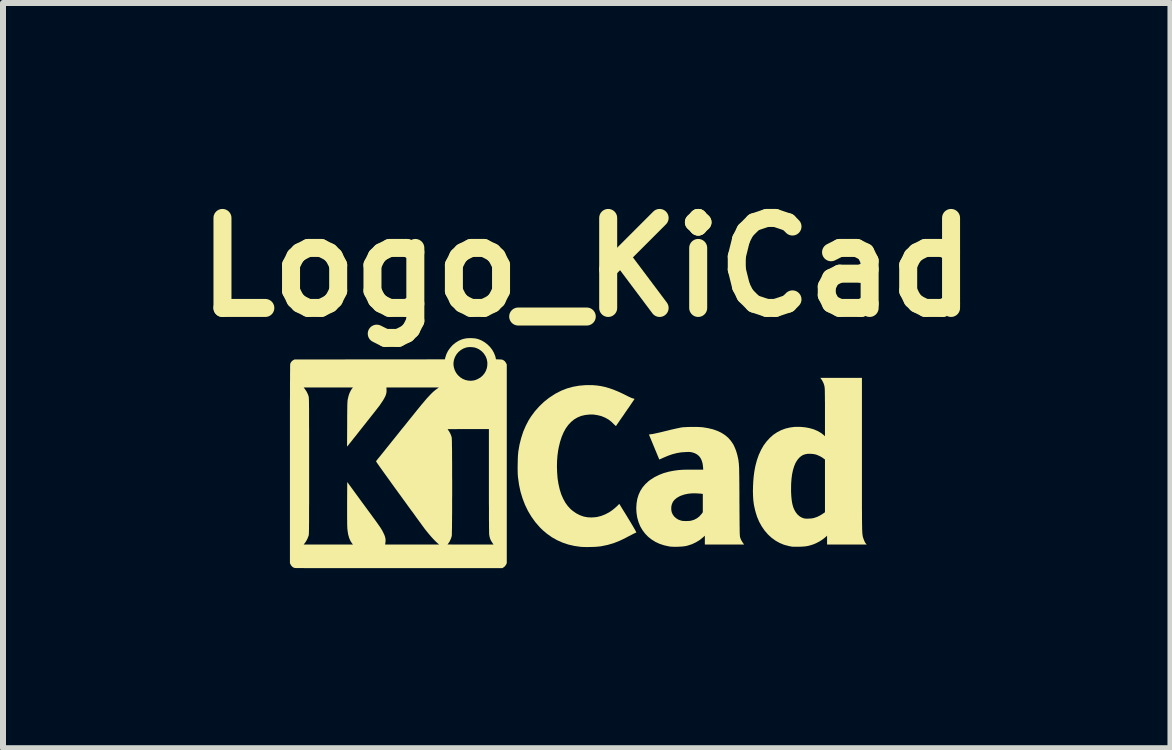
<source format=kicad_pcb>
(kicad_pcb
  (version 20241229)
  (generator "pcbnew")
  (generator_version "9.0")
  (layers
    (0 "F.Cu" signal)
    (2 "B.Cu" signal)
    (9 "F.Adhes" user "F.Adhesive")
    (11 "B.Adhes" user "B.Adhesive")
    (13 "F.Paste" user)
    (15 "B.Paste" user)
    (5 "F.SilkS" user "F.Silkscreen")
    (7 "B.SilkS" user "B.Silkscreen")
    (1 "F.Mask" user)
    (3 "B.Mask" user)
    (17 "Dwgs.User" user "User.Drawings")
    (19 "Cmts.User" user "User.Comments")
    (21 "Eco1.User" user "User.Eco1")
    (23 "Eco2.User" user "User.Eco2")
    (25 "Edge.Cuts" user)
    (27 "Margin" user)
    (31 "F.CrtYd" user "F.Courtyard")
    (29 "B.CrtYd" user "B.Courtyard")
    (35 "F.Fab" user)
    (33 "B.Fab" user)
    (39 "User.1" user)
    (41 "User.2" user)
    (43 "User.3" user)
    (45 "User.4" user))
  (footprint "Logo_KiCad"
    (layer "F.Cu")
    (at 6.729 4.404)
    (property "Reference" "Logo_KiCad" (at 0 -3 0) (layer "F.SilkS") (effects (font (size 1.5 1.5) (thickness 0.3))))
    (attr board_only exclude_from_pos_files exclude_from_bom)
    (fp_poly (pts (xy 4.586 0.121) (xy 4.586 0.255) (xy 4.586 0.38) (xy 4.586 0.497) (xy 4.586 0.604) (xy 4.586 0.703) (xy 4.586 0.794) (xy 4.586 0.878) (xy 4.586 0.954) (xy 4.586 1.023) (xy 4.587 1.086) (xy 4.587 1.143) (xy 4.587 1.194) (xy 4.588 1.239) (xy 4.588 1.279) (xy 4.589 1.315) (xy 4.589 1.346) (xy 4.59 1.373) (xy 4.591 1.397) (xy 4.592 1.417) (xy 4.593 1.435) (xy 4.595 1.45) (xy 4.596 1.462) (xy 4.598 1.473) (xy 4.599 1.483) (xy 4.601 1.491) (xy 4.603 1.498) (xy 4.605 1.505) (xy 4.608 1.513) (xy 4.61 1.52) (xy 4.613 1.528) (xy 4.613 1.528) (xy 4.627 1.564) (xy 4.641 1.591) (xy 4.656 1.61) (xy 4.666 1.621) (xy 4.335 1.621) (xy 4.005 1.621) (xy 4.005 1.548) (xy 4.005 1.474) (xy 3.978 1.499) (xy 3.931 1.536) (xy 3.877 1.571) (xy 3.818 1.601) (xy 3.769 1.621) (xy 3.73 1.633) (xy 3.694 1.643) (xy 3.657 1.65) (xy 3.618 1.654) (xy 3.574 1.657) (xy 3.538 1.658) (xy 3.508 1.658) (xy 3.48 1.658) (xy 3.456 1.658) (xy 3.438 1.658) (xy 3.428 1.657) (xy 3.416 1.656) (xy 3.397 1.652) (xy 3.375 1.648) (xy 3.363 1.645) (xy 3.287 1.625) (xy 3.215 1.595) (xy 3.147 1.557) (xy 3.082 1.51) (xy 3.023 1.456) (xy 2.966 1.391) (xy 2.916 1.319) (xy 2.873 1.241) (xy 2.837 1.156) (xy 2.809 1.064) (xy 2.787 0.966) (xy 2.783 0.94) (xy 2.775 0.876) (xy 2.771 0.805) (xy 2.769 0.728) (xy 2.77 0.705) (xy 3.405 0.705) (xy 3.405 0.742) (xy 3.409 0.818) (xy 3.416 0.885) (xy 3.426 0.944) (xy 3.44 0.995) (xy 3.458 1.04) (xy 3.48 1.079) (xy 3.506 1.113) (xy 3.516 1.124) (xy 3.547 1.151) (xy 3.579 1.17) (xy 3.615 1.184) (xy 3.621 1.185) (xy 3.643 1.189) (xy 3.672 1.19) (xy 3.705 1.189) (xy 3.737 1.187) (xy 3.768 1.183) (xy 3.792 1.177) (xy 3.843 1.159) (xy 3.895 1.133) (xy 3.934 1.108) (xy 3.97 1.083) (xy 3.97 0.644) (xy 3.97 0.205) (xy 3.945 0.186) (xy 3.921 0.169) (xy 3.891 0.152) (xy 3.859 0.137) (xy 3.827 0.124) (xy 3.812 0.12) (xy 3.794 0.116) (xy 3.77 0.112) (xy 3.744 0.11) (xy 3.731 0.109) (xy 3.682 0.109) (xy 3.639 0.117) (xy 3.6 0.131) (xy 3.565 0.154) (xy 3.538 0.178) (xy 3.507 0.216) (xy 3.479 0.262) (xy 3.456 0.317) (xy 3.437 0.38) (xy 3.422 0.45) (xy 3.412 0.528) (xy 3.406 0.613) (xy 3.405 0.705) (xy 2.77 0.705) (xy 2.771 0.649) (xy 2.775 0.568) (xy 2.782 0.488) (xy 2.792 0.41) (xy 2.805 0.338) (xy 2.811 0.309) (xy 2.836 0.214) (xy 2.867 0.126) (xy 2.905 0.044) (xy 2.947 -0.03) (xy 2.996 -0.096) (xy 3.05 -0.155) (xy 3.108 -0.207) (xy 3.172 -0.25) (xy 3.24 -0.285) (xy 3.313 -0.312) (xy 3.39 -0.33) (xy 3.471 -0.34) (xy 3.555 -0.34) (xy 3.636 -0.333) (xy 3.712 -0.319) (xy 3.782 -0.299) (xy 3.846 -0.272) (xy 3.903 -0.239) (xy 3.952 -0.201) (xy 3.97 -0.184) (xy 3.97 -0.562) (xy 3.97 -0.624) (xy 3.97 -0.683) (xy 3.97 -0.74) (xy 3.969 -0.792) (xy 3.969 -0.841) (xy 3.968 -0.884) (xy 3.968 -0.92) (xy 3.967 -0.95) (xy 3.966 -0.972) (xy 3.966 -0.984) (xy 3.966 -0.985) (xy 3.959 -1.028) (xy 3.947 -1.065) (xy 3.929 -1.102) (xy 3.917 -1.122) (xy 3.893 -1.157) (xy 4.24 -1.157) (xy 4.586 -1.157)) (stroke (width 0) (type solid)) (fill yes) (layer "F.SilkS"))
    (fp_poly (pts (xy 0.102 -1.035) (xy 0.171 -1.029) (xy 0.239 -1.019) (xy 0.307 -1.004) (xy 0.377 -0.984) (xy 0.448 -0.959) (xy 0.523 -0.928) (xy 0.603 -0.891) (xy 0.66 -0.863) (xy 0.695 -0.845) (xy 0.726 -0.831) (xy 0.75 -0.82) (xy 0.768 -0.814) (xy 0.774 -0.813) (xy 0.788 -0.81) (xy 0.794 -0.806) (xy 0.794 -0.803) (xy 0.791 -0.797) (xy 0.783 -0.785) (xy 0.77 -0.766) (xy 0.753 -0.741) (xy 0.733 -0.711) (xy 0.71 -0.677) (xy 0.684 -0.64) (xy 0.656 -0.6) (xy 0.641 -0.578) (xy 0.613 -0.536) (xy 0.586 -0.498) (xy 0.561 -0.462) (xy 0.539 -0.43) (xy 0.521 -0.403) (xy 0.505 -0.381) (xy 0.495 -0.365) (xy 0.489 -0.356) (xy 0.487 -0.355) (xy 0.483 -0.356) (xy 0.474 -0.363) (xy 0.46 -0.376) (xy 0.451 -0.385) (xy 0.41 -0.425) (xy 0.367 -0.459) (xy 0.318 -0.487) (xy 0.305 -0.494) (xy 0.244 -0.519) (xy 0.179 -0.535) (xy 0.112 -0.545) (xy 0.043 -0.545) (xy -0.024 -0.538) (xy -0.089 -0.523) (xy -0.093 -0.522) (xy -0.154 -0.497) (xy -0.21 -0.464) (xy -0.261 -0.422) (xy -0.308 -0.372) (xy -0.35 -0.314) (xy -0.386 -0.248) (xy -0.418 -0.173) (xy -0.445 -0.09) (xy -0.467 0.001) (xy -0.476 0.05) (xy -0.488 0.136) (xy -0.495 0.227) (xy -0.497 0.322) (xy -0.494 0.416) (xy -0.487 0.508) (xy -0.486 0.522) (xy -0.471 0.615) (xy -0.451 0.702) (xy -0.426 0.783) (xy -0.394 0.856) (xy -0.358 0.922) (xy -0.316 0.98) (xy -0.269 1.031) (xy -0.233 1.061) (xy -0.174 1.102) (xy -0.113 1.133) (xy -0.051 1.155) (xy 0.013 1.167) (xy 0.08 1.17) (xy 0.15 1.165) (xy 0.181 1.16) (xy 0.245 1.143) (xy 0.31 1.117) (xy 0.373 1.084) (xy 0.402 1.065) (xy 0.42 1.052) (xy 0.441 1.036) (xy 0.463 1.018) (xy 0.484 1) (xy 0.504 0.982) (xy 0.519 0.967) (xy 0.53 0.956) (xy 0.533 0.952) (xy 0.538 0.945) (xy 0.543 0.946) (xy 0.544 0.948) (xy 0.548 0.953) (xy 0.556 0.966) (xy 0.568 0.986) (xy 0.584 1.012) (xy 0.603 1.043) (xy 0.625 1.078) (xy 0.649 1.117) (xy 0.675 1.159) (xy 0.691 1.186) (xy 0.724 1.24) (xy 0.752 1.287) (xy 0.776 1.327) (xy 0.795 1.361) (xy 0.81 1.387) (xy 0.82 1.406) (xy 0.826 1.417) (xy 0.826 1.42) (xy 0.817 1.424) (xy 0.8 1.432) (xy 0.779 1.442) (xy 0.754 1.455) (xy 0.727 1.469) (xy 0.7 1.483) (xy 0.674 1.496) (xy 0.655 1.507) (xy 0.554 1.556) (xy 0.452 1.597) (xy 0.347 1.628) (xy 0.239 1.65) (xy 0.215 1.653) (xy 0.187 1.656) (xy 0.151 1.659) (xy 0.111 1.661) (xy 0.068 1.662) (xy 0.024 1.663) (xy -0.017 1.663) (xy -0.055 1.662) (xy -0.086 1.661) (xy -0.098 1.66) (xy -0.204 1.645) (xy -0.305 1.622) (xy -0.401 1.59) (xy -0.492 1.55) (xy -0.579 1.501) (xy -0.66 1.444) (xy -0.737 1.379) (xy -0.786 1.33) (xy -0.858 1.247) (xy -0.922 1.158) (xy -0.979 1.063) (xy -1.028 0.962) (xy -1.069 0.856) (xy -1.103 0.745) (xy -1.128 0.629) (xy -1.145 0.508) (xy -1.148 0.48) (xy -1.15 0.45) (xy -1.151 0.413) (xy -1.152 0.371) (xy -1.152 0.325) (xy -1.151 0.277) (xy -1.15 0.229) (xy -1.149 0.183) (xy -1.147 0.141) (xy -1.144 0.105) (xy -1.141 0.077) (xy -1.141 0.073) (xy -1.121 -0.043) (xy -1.093 -0.154) (xy -1.059 -0.259) (xy -1.017 -0.357) (xy -0.969 -0.449) (xy -0.93 -0.511) (xy -0.865 -0.599) (xy -0.792 -0.681) (xy -0.713 -0.757) (xy -0.627 -0.825) (xy -0.535 -0.885) (xy -0.508 -0.901) (xy -0.42 -0.945) (xy -0.327 -0.981) (xy -0.23 -1.008) (xy -0.129 -1.026) (xy -0.025 -1.035) (xy 0.029 -1.036)) (stroke (width 0) (type solid)) (fill yes) (layer "F.SilkS"))
    (fp_poly (pts (xy 1.833 -0.339) (xy 1.875 -0.337) (xy 1.911 -0.335) (xy 1.934 -0.333) (xy 2.024 -0.318) (xy 2.106 -0.298) (xy 2.18 -0.272) (xy 2.246 -0.24) (xy 2.305 -0.202) (xy 2.357 -0.158) (xy 2.402 -0.107) (xy 2.44 -0.051) (xy 2.454 -0.024) (xy 2.469 0.01) (xy 2.485 0.05) (xy 2.499 0.093) (xy 2.511 0.136) (xy 2.517 0.164) (xy 2.521 0.181) (xy 2.524 0.197) (xy 2.527 0.212) (xy 2.529 0.227) (xy 2.531 0.243) (xy 2.533 0.259) (xy 2.535 0.277) (xy 2.536 0.298) (xy 2.538 0.321) (xy 2.539 0.347) (xy 2.54 0.378) (xy 2.54 0.413) (xy 2.541 0.453) (xy 2.542 0.499) (xy 2.542 0.552) (xy 2.543 0.612) (xy 2.543 0.679) (xy 2.544 0.754) (xy 2.544 0.839) (xy 2.544 0.891) (xy 2.545 0.98) (xy 2.545 1.06) (xy 2.546 1.131) (xy 2.546 1.194) (xy 2.547 1.249) (xy 2.547 1.297) (xy 2.548 1.338) (xy 2.548 1.373) (xy 2.549 1.403) (xy 2.549 1.427) (xy 2.55 1.447) (xy 2.551 1.463) (xy 2.552 1.475) (xy 2.553 1.485) (xy 2.554 1.492) (xy 2.555 1.496) (xy 2.555 1.497) (xy 2.565 1.527) (xy 2.577 1.553) (xy 2.592 1.577) (xy 2.6 1.59) (xy 2.622 1.621) (xy 2.295 1.621) (xy 1.968 1.621) (xy 1.968 1.548) (xy 1.968 1.474) (xy 1.938 1.501) (xy 1.883 1.546) (xy 1.82 1.584) (xy 1.752 1.616) (xy 1.678 1.64) (xy 1.648 1.647) (xy 1.62 1.651) (xy 1.585 1.655) (xy 1.545 1.657) (xy 1.503 1.659) (xy 1.461 1.659) (xy 1.423 1.658) (xy 1.389 1.655) (xy 1.375 1.653) (xy 1.292 1.635) (xy 1.215 1.61) (xy 1.144 1.577) (xy 1.08 1.537) (xy 1.022 1.491) (xy 0.971 1.438) (xy 0.927 1.379) (xy 0.89 1.315) (xy 0.862 1.245) (xy 0.841 1.171) (xy 0.829 1.091) (xy 0.826 1.037) (xy 1.408 1.037) (xy 1.408 1.037) (xy 1.415 1.08) (xy 1.432 1.119) (xy 1.456 1.153) (xy 1.488 1.182) (xy 1.526 1.206) (xy 1.571 1.222) (xy 1.574 1.223) (xy 1.595 1.227) (xy 1.623 1.229) (xy 1.655 1.23) (xy 1.687 1.229) (xy 1.718 1.227) (xy 1.741 1.223) (xy 1.79 1.208) (xy 1.836 1.184) (xy 1.876 1.153) (xy 1.911 1.114) (xy 1.913 1.112) (xy 1.934 1.083) (xy 1.934 0.93) (xy 1.934 0.778) (xy 1.913 0.775) (xy 1.9 0.773) (xy 1.881 0.772) (xy 1.856 0.77) (xy 1.83 0.769) (xy 1.826 0.768) (xy 1.753 0.768) (xy 1.687 0.775) (xy 1.625 0.788) (xy 1.567 0.808) (xy 1.545 0.818) (xy 1.5 0.844) (xy 1.464 0.874) (xy 1.437 0.908) (xy 1.419 0.947) (xy 1.409 0.989) (xy 1.408 1.037) (xy 0.826 1.037) (xy 0.825 1.016) (xy 0.83 0.936) (xy 0.842 0.862) (xy 0.863 0.793) (xy 0.892 0.729) (xy 0.93 0.669) (xy 0.976 0.615) (xy 1.03 0.565) (xy 1.062 0.541) (xy 1.131 0.497) (xy 1.204 0.461) (xy 1.281 0.431) (xy 1.364 0.408) (xy 1.423 0.396) (xy 1.456 0.39) (xy 1.486 0.386) (xy 1.514 0.382) (xy 1.543 0.379) (xy 1.573 0.377) (xy 1.606 0.375) (xy 1.644 0.374) (xy 1.688 0.374) (xy 1.739 0.374) (xy 1.761 0.374) (xy 1.941 0.374) (xy 1.938 0.33) (xy 1.931 0.273) (xy 1.917 0.224) (xy 1.898 0.183) (xy 1.872 0.148) (xy 1.84 0.121) (xy 1.802 0.1) (xy 1.763 0.087) (xy 1.745 0.083) (xy 1.73 0.08) (xy 1.714 0.079) (xy 1.695 0.078) (xy 1.67 0.079) (xy 1.646 0.08) (xy 1.573 0.085) (xy 1.502 0.097) (xy 1.431 0.115) (xy 1.358 0.14) (xy 1.282 0.172) (xy 1.258 0.183) (xy 1.238 0.192) (xy 1.222 0.199) (xy 1.212 0.203) (xy 1.209 0.204) (xy 1.207 0.2) (xy 1.202 0.187) (xy 1.193 0.167) (xy 1.182 0.14) (xy 1.169 0.109) (xy 1.154 0.072) (xy 1.137 0.032) (xy 1.122 -0.005) (xy 1.036 -0.212) (xy 1.075 -0.218) (xy 1.096 -0.221) (xy 1.119 -0.225) (xy 1.145 -0.231) (xy 1.174 -0.237) (xy 1.209 -0.245) (xy 1.249 -0.254) (xy 1.296 -0.266) (xy 1.352 -0.279) (xy 1.369 -0.284) (xy 1.41 -0.294) (xy 1.451 -0.303) (xy 1.49 -0.312) (xy 1.525 -0.319) (xy 1.555 -0.326) (xy 1.578 -0.33) (xy 1.584 -0.331) (xy 1.614 -0.334) (xy 1.652 -0.336) (xy 1.695 -0.338) (xy 1.741 -0.339) (xy 1.787 -0.339)) (stroke (width 0) (type solid)) (fill yes) (layer "F.SilkS"))
    (fp_poly (pts (xy -1.891 -1.817) (xy -1.852 -1.813) (xy -1.816 -1.804) (xy -1.781 -1.792) (xy -1.754 -1.78) (xy -1.702 -1.75) (xy -1.654 -1.713) (xy -1.611 -1.67) (xy -1.575 -1.623) (xy -1.546 -1.571) (xy -1.525 -1.518) (xy -1.519 -1.494) (xy -1.513 -1.466) (xy -1.46 -1.464) (xy -1.436 -1.463) (xy -1.419 -1.462) (xy -1.407 -1.459) (xy -1.396 -1.455) (xy -1.385 -1.448) (xy -1.384 -1.448) (xy -1.364 -1.432) (xy -1.35 -1.412) (xy -1.347 -1.407) (xy -1.333 -1.381) (xy -1.333 0.276) (xy -1.333 1.933) (xy -1.347 1.959) (xy -1.361 1.981) (xy -1.38 1.997) (xy -1.384 2) (xy -1.408 2.015) (xy -3.13 2.015) (xy -3.259 2.015) (xy -3.386 2.015) (xy -3.51 2.015) (xy -3.631 2.015) (xy -3.748 2.015) (xy -3.862 2.015) (xy -3.971 2.015) (xy -4.076 2.015) (xy -4.176 2.015) (xy -4.271 2.015) (xy -4.36 2.015) (xy -4.443 2.014) (xy -4.52 2.014) (xy -4.59 2.014) (xy -4.653 2.014) (xy -4.708 2.014) (xy -4.756 2.013) (xy -4.796 2.013) (xy -4.828 2.013) (xy -4.85 2.013) (xy -4.864 2.012) (xy -4.868 2.012) (xy -4.895 2.001) (xy -4.918 1.982) (xy -4.934 1.958) (xy -4.947 1.932) (xy -4.947 0.278) (xy -4.947 0.116) (xy -4.947 -0.036) (xy -4.947 -0.179) (xy -4.947 -0.313) (xy -4.947 -0.438) (xy -4.947 -0.554) (xy -4.947 -0.662) (xy -4.947 -0.761) (xy -4.946 -0.852) (xy -4.946 -0.935) (xy -4.946 -0.996) (xy -4.718 -0.996) (xy -4.696 -0.968) (xy -4.667 -0.924) (xy -4.645 -0.877) (xy -4.636 -0.849) (xy -4.635 -0.846) (xy -4.634 -0.841) (xy -4.633 -0.835) (xy -4.633 -0.828) (xy -4.632 -0.819) (xy -4.631 -0.808) (xy -4.631 -0.794) (xy -4.63 -0.777) (xy -4.63 -0.757) (xy -4.629 -0.733) (xy -4.629 -0.705) (xy -4.629 -0.672) (xy -4.628 -0.635) (xy -4.628 -0.592) (xy -4.628 -0.543) (xy -4.628 -0.489) (xy -4.628 -0.428) (xy -4.628 -0.36) (xy -4.627 -0.285) (xy -4.627 -0.203) (xy -4.627 -0.112) (xy -4.627 -0.013) (xy -4.627 0.094) (xy -4.627 0.211) (xy -4.627 0.313) (xy -4.627 0.437) (xy -4.627 0.552) (xy -4.627 0.657) (xy -4.627 0.755) (xy -4.627 0.844) (xy -4.627 0.925) (xy -4.628 0.998) (xy -4.628 1.065) (xy -4.628 1.124) (xy -4.628 1.178) (xy -4.628 1.225) (xy -4.628 1.267) (xy -4.629 1.304) (xy -4.629 1.336) (xy -4.629 1.363) (xy -4.63 1.386) (xy -4.63 1.406) (xy -4.631 1.422) (xy -4.631 1.435) (xy -4.632 1.446) (xy -4.633 1.455) (xy -4.633 1.462) (xy -4.634 1.467) (xy -4.635 1.471) (xy -4.636 1.474) (xy -4.654 1.522) (xy -4.679 1.569) (xy -4.696 1.593) (xy -4.718 1.621) (xy -4.308 1.621) (xy -3.897 1.621) (xy -3.915 1.598) (xy -3.94 1.559) (xy -3.96 1.511) (xy -3.976 1.455) (xy -3.986 1.393) (xy -3.99 1.356) (xy -3.991 1.337) (xy -3.992 1.309) (xy -3.993 1.272) (xy -3.993 1.227) (xy -3.994 1.175) (xy -3.994 1.115) (xy -3.994 1.049) (xy -3.994 0.977) (xy -3.994 0.935) (xy -3.992 0.579) (xy -3.726 0.943) (xy -3.678 1.008) (xy -3.635 1.067) (xy -3.597 1.118) (xy -3.564 1.164) (xy -3.535 1.203) (xy -3.51 1.238) (xy -3.489 1.267) (xy -3.471 1.293) (xy -3.456 1.314) (xy -3.443 1.333) (xy -3.433 1.349) (xy -3.424 1.363) (xy -3.416 1.376) (xy -3.409 1.387) (xy -3.404 1.398) (xy -3.398 1.409) (xy -3.393 1.419) (xy -3.374 1.459) (xy -3.361 1.495) (xy -3.354 1.528) (xy -3.353 1.559) (xy -3.356 1.592) (xy -3.357 1.598) (xy -3.361 1.621) (xy -2.91 1.621) (xy -2.459 1.621) (xy -2.461 1.62) (xy -2.32 1.62) (xy -2.315 1.62) (xy -2.301 1.62) (xy -2.279 1.62) (xy -2.249 1.621) (xy -2.213 1.621) (xy -2.171 1.621) (xy -2.123 1.621) (xy -2.07 1.621) (xy -2.014 1.621) (xy -1.954 1.621) (xy -1.937 1.621) (xy -1.554 1.621) (xy -1.579 1.584) (xy -1.599 1.551) (xy -1.612 1.52) (xy -1.621 1.487) (xy -1.627 1.45) (xy -1.627 1.441) (xy -1.627 1.422) (xy -1.628 1.395) (xy -1.628 1.359) (xy -1.629 1.315) (xy -1.629 1.264) (xy -1.63 1.206) (xy -1.63 1.142) (xy -1.63 1.071) (xy -1.63 0.996) (xy -1.631 0.915) (xy -1.631 0.83) (xy -1.631 0.741) (xy -1.631 0.649) (xy -1.631 0.553) (xy -1.631 0.553) (xy -1.631 -0.303) (xy -1.975 -0.303) (xy -2.032 -0.303) (xy -2.087 -0.303) (xy -2.137 -0.303) (xy -2.183 -0.302) (xy -2.223 -0.302) (xy -2.258 -0.302) (xy -2.285 -0.302) (xy -2.305 -0.302) (xy -2.317 -0.301) (xy -2.32 -0.301) (xy -2.317 -0.297) (xy -2.31 -0.287) (xy -2.305 -0.28) (xy -2.29 -0.258) (xy -2.275 -0.23) (xy -2.262 -0.2) (xy -2.253 -0.172) (xy -2.251 -0.164) (xy -2.25 -0.155) (xy -2.249 -0.136) (xy -2.248 -0.11) (xy -2.247 -0.075) (xy -2.247 -0.034) (xy -2.246 0.015) (xy -2.245 0.069) (xy -2.245 0.128) (xy -2.245 0.192) (xy -2.244 0.261) (xy -2.244 0.332) (xy -2.244 0.406) (xy -2.244 0.483) (xy -2.243 0.56) (xy -2.243 0.639) (xy -2.243 0.718) (xy -2.243 0.796) (xy -2.244 0.873) (xy -2.244 0.948) (xy -2.244 1.021) (xy -2.244 1.091) (xy -2.245 1.158) (xy -2.245 1.22) (xy -2.246 1.277) (xy -2.246 1.328) (xy -2.247 1.373) (xy -2.248 1.411) (xy -2.248 1.442) (xy -2.249 1.465) (xy -2.25 1.479) (xy -2.251 1.482) (xy -2.259 1.509) (xy -2.271 1.54) (xy -2.285 1.569) (xy -2.3 1.593) (xy -2.305 1.599) (xy -2.313 1.61) (xy -2.319 1.618) (xy -2.32 1.62) (xy -2.461 1.62) (xy -2.479 1.606) (xy -2.502 1.585) (xy -2.53 1.558) (xy -2.562 1.525) (xy -2.596 1.487) (xy -2.631 1.446) (xy -2.666 1.403) (xy -2.701 1.359) (xy -2.704 1.355) (xy -2.71 1.347) (xy -2.722 1.33) (xy -2.739 1.308) (xy -2.76 1.278) (xy -2.786 1.243) (xy -2.816 1.202) (xy -2.849 1.157) (xy -2.885 1.106) (xy -2.925 1.052) (xy -2.967 0.995) (xy -3.01 0.935) (xy -3.056 0.872) (xy -3.103 0.807) (xy -3.125 0.777) (xy -3.189 0.689) (xy -3.247 0.609) (xy -3.299 0.536) (xy -3.346 0.471) (xy -3.387 0.414) (xy -3.422 0.365) (xy -3.452 0.323) (xy -3.475 0.29) (xy -3.493 0.264) (xy -3.505 0.246) (xy -3.511 0.235) (xy -3.512 0.233) (xy -3.506 0.225) (xy -3.494 0.21) (xy -3.477 0.188) (xy -3.455 0.161) (xy -3.429 0.129) (xy -3.399 0.092) (xy -3.366 0.051) (xy -3.331 0.007) (xy -3.293 -0.04) (xy -3.254 -0.089) (xy -3.213 -0.14) (xy -3.172 -0.191) (xy -3.131 -0.242) (xy -3.09 -0.294) (xy -3.049 -0.344) (xy -3.01 -0.392) (xy -2.973 -0.439) (xy -2.938 -0.482) (xy -2.905 -0.523) (xy -2.876 -0.559) (xy -2.851 -0.59) (xy -2.83 -0.617) (xy -2.813 -0.637) (xy -2.802 -0.651) (xy -2.801 -0.652) (xy -2.752 -0.712) (xy -2.708 -0.764) (xy -2.669 -0.81) (xy -2.633 -0.849) (xy -2.601 -0.883) (xy -2.571 -0.913) (xy -2.543 -0.938) (xy -2.517 -0.959) (xy -2.498 -0.972) (xy -2.465 -0.996) (xy -2.902 -0.996) (xy -3.339 -0.996) (xy -3.337 -0.958) (xy -3.337 -0.923) (xy -3.343 -0.89) (xy -3.355 -0.855) (xy -3.366 -0.833) (xy -3.381 -0.805) (xy -3.401 -0.772) (xy -3.425 -0.737) (xy -3.449 -0.701) (xy -3.464 -0.681) (xy -3.474 -0.668) (xy -3.49 -0.648) (xy -3.509 -0.623) (xy -3.533 -0.593) (xy -3.559 -0.559) (xy -3.589 -0.522) (xy -3.62 -0.482) (xy -3.654 -0.44) (xy -3.688 -0.396) (xy -3.723 -0.352) (xy -3.758 -0.308) (xy -3.792 -0.265) (xy -3.825 -0.223) (xy -3.856 -0.183) (xy -3.886 -0.147) (xy -3.912 -0.113) (xy -3.935 -0.084) (xy -3.955 -0.06) (xy -3.969 -0.042) (xy -3.979 -0.029) (xy -3.984 -0.024) (xy -3.995 -0.012) (xy -3.993 -0.386) (xy -3.993 -0.457) (xy -3.993 -0.519) (xy -3.992 -0.572) (xy -3.992 -0.618) (xy -3.991 -0.657) (xy -3.991 -0.69) (xy -3.99 -0.717) (xy -3.989 -0.739) (xy -3.988 -0.757) (xy -3.987 -0.772) (xy -3.986 -0.784) (xy -3.984 -0.794) (xy -3.983 -0.801) (xy -3.97 -0.856) (xy -3.954 -0.903) (xy -3.935 -0.942) (xy -3.915 -0.974) (xy -3.897 -0.996) (xy -4.308 -0.996) (xy -4.718 -0.996) (xy -4.946 -0.996) (xy -4.946 -1.011) (xy -4.946 -1.079) (xy -4.945 -1.14) (xy -4.945 -1.193) (xy -4.945 -1.24) (xy -4.944 -1.28) (xy -4.944 -1.314) (xy -4.944 -1.341) (xy -4.943 -1.363) (xy -4.943 -1.371) (xy -2.221 -1.371) (xy -2.215 -1.333) (xy -2.2 -1.284) (xy -2.177 -1.24) (xy -2.147 -1.201) (xy -2.111 -1.168) (xy -2.07 -1.141) (xy -2.025 -1.122) (xy -1.977 -1.111) (xy -1.927 -1.108) (xy -1.879 -1.114) (xy -1.863 -1.119) (xy -1.841 -1.126) (xy -1.819 -1.136) (xy -1.813 -1.139) (xy -1.77 -1.164) (xy -1.733 -1.197) (xy -1.703 -1.234) (xy -1.68 -1.276) (xy -1.664 -1.322) (xy -1.657 -1.369) (xy -1.657 -1.418) (xy -1.666 -1.466) (xy -1.684 -1.513) (xy -1.688 -1.519) (xy -1.716 -1.563) (xy -1.752 -1.601) (xy -1.795 -1.632) (xy -1.843 -1.655) (xy -1.844 -1.655) (xy -1.872 -1.663) (xy -1.907 -1.668) (xy -1.943 -1.67) (xy -1.978 -1.668) (xy -2.007 -1.663) (xy -2.055 -1.646) (xy -2.099 -1.62) (xy -2.138 -1.588) (xy -2.17 -1.55) (xy -2.195 -1.507) (xy -2.212 -1.46) (xy -2.215 -1.448) (xy -2.221 -1.408) (xy -2.221 -1.371) (xy -4.943 -1.371) (xy -4.943 -1.378) (xy -4.942 -1.388) (xy -4.942 -1.392) (xy -4.942 -1.392) (xy -4.928 -1.42) (xy -4.907 -1.442) (xy -4.892 -1.452) (xy -4.871 -1.463) (xy -3.618 -1.464) (xy -2.365 -1.465) (xy -2.357 -1.498) (xy -2.339 -1.553) (xy -2.312 -1.607) (xy -2.277 -1.656) (xy -2.236 -1.702) (xy -2.189 -1.741) (xy -2.138 -1.773) (xy -2.117 -1.783) (xy -2.078 -1.799) (xy -2.041 -1.809) (xy -2.002 -1.816) (xy -1.958 -1.819) (xy -1.936 -1.819)) (stroke (width 0) (type solid)) (fill yes) (layer "F.SilkS")))
  (gr_rect
    (start -3 -3)
    (end 16.457 9.419)
    (stroke (width 0.1) (type default))
    (fill no)
    (layer "Edge.Cuts")))
</source>
